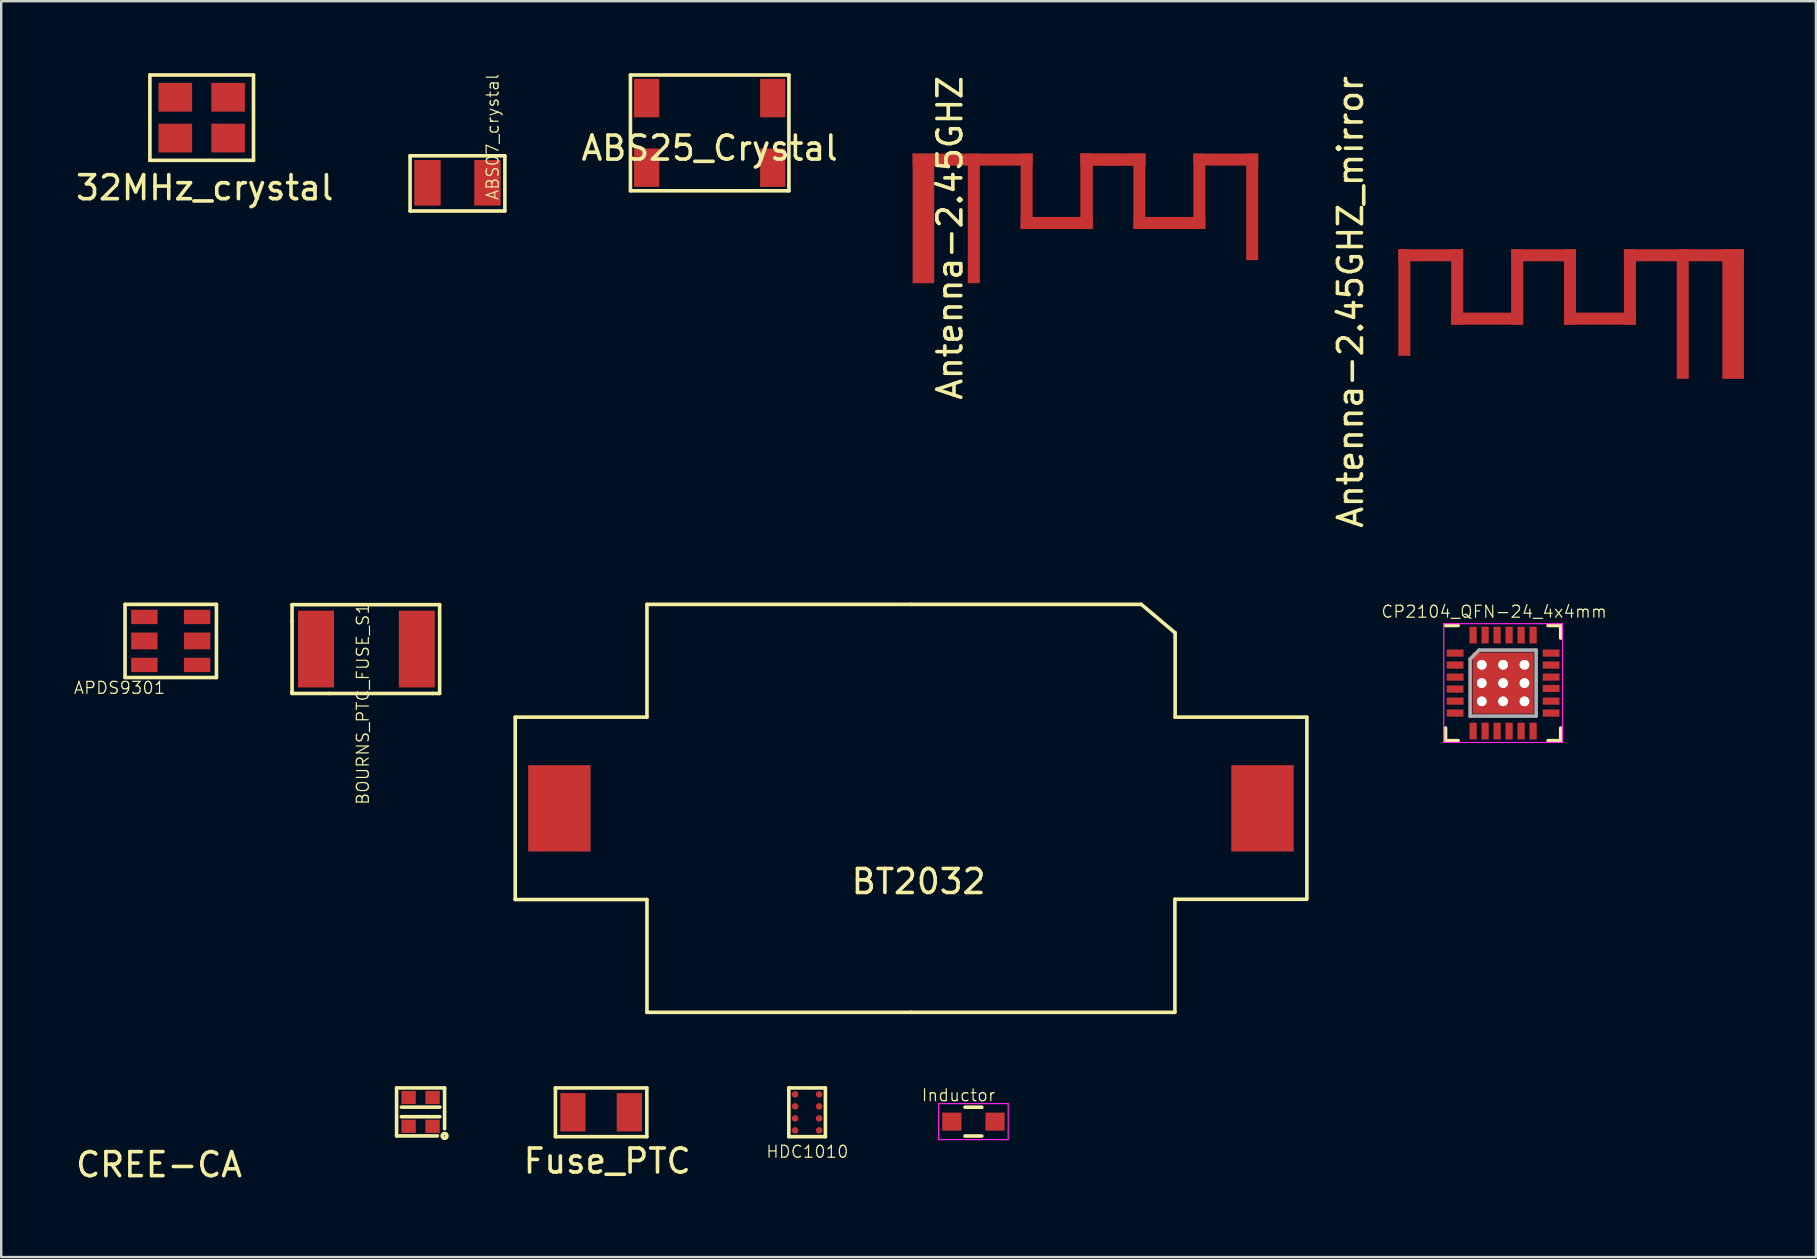
<source format=kicad_pcb>
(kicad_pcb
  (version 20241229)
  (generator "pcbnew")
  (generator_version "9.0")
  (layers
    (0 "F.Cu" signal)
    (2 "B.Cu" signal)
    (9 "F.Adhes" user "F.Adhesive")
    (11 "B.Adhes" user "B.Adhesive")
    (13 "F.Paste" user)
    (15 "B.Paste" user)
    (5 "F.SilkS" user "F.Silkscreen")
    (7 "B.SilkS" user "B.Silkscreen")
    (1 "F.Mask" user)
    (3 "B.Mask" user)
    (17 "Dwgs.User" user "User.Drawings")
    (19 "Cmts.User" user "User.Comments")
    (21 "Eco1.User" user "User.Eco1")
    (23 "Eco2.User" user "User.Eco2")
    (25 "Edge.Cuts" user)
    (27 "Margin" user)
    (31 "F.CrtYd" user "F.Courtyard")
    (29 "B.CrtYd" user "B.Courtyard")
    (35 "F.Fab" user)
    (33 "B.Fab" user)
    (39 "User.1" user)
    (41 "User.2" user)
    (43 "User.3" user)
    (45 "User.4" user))
  (footprint "APDS9301"
    (layer "F.Cu")
    (at 4.065 23.659)
    (property "Reference" "APDS9301" (at -2.135 1.955 0) (layer "F.SilkS") (effects (font (size 0.5 0.5) (thickness 0.05))))
    (attr through_hole)
    (fp_line (start -1.905 -1.524) (end 1.905 -1.524) (stroke (width 0.15) (type solid)) (layer "F.SilkS"))
    (fp_line (start -1.905 1.524) (end -1.905 -1.524) (stroke (width 0.15) (type solid)) (layer "F.SilkS"))
    (fp_line (start 1.905 -1.524) (end 1.905 1.524) (stroke (width 0.15) (type solid)) (layer "F.SilkS"))
    (fp_line (start 1.905 1.524) (end -1.905 1.524) (stroke (width 0.15) (type solid)) (layer "F.SilkS"))
    (pad "1" smd rect (at -1.1 1) (size 1.1 0.6) (layers "F.Cu" "F.Mask" "F.Paste"))
    (pad "2" smd rect (at 1.1 1) (size 1.1 0.6) (layers "F.Cu" "F.Mask" "F.Paste"))
    (pad "3" smd rect (at 1.1 0) (size 1.1 0.7) (layers "F.Cu" "F.Mask" "F.Paste"))
    (pad "4" smd rect (at 1.1 -1) (size 1.1 0.6) (layers "F.Cu" "F.Mask" "F.Paste"))
    (pad "5" smd rect (at -1.1 -1) (size 1.1 0.6) (layers "F.Cu" "F.Mask" "F.Paste"))
    (pad "6" smd rect (at -1.1 0) (size 1.1 0.7) (layers "F.Cu" "F.Mask" "F.Paste")))
  (footprint "32MHz_crystal"
    (layer "F.Cu")
    (at 5.355 1.853)
    (property "Reference" "32MHz_crystal" (at 0.127 2.921 0) (layer "F.SilkS") (effects (font (size 1 1) (thickness 0.15))))
    (attr through_hole)
    (fp_line (start -2.159 -1.778) (end 2.159 -1.778) (stroke (width 0.15) (type solid)) (layer "F.SilkS"))
    (fp_line (start -2.159 1.778) (end -2.159 -1.778) (stroke (width 0.15) (type solid)) (layer "F.SilkS"))
    (fp_line (start 2.159 -1.778) (end 2.159 1.778) (stroke (width 0.15) (type solid)) (layer "F.SilkS"))
    (fp_line (start 2.159 1.778) (end -2.159 1.778) (stroke (width 0.15) (type solid)) (layer "F.SilkS"))
    (pad "1" smd rect (at -1.1 0.85) (size 1.4 1.2) (layers "F.Cu" "F.Mask" "F.Paste"))
    (pad "2" smd rect (at 1.1 0.85) (size 1.4 1.2) (layers "F.Cu" "F.Mask" "F.Paste"))
    (pad "3" smd rect (at 1.1 -0.85) (size 1.4 1.2) (layers "F.Cu" "F.Mask" "F.Paste"))
    (pad "4" smd rect (at -1.1 -0.85) (size 1.4 1.2) (layers "F.Cu" "F.Mask" "F.Paste")))
  (footprint "BT2032"
    (layer "F.Cu")
    (at 34.91 30.635)
    (property "Reference" "BT2032" (at 0.32 3.05 0) (layer "F.SilkS") (effects (font (size 1 1) (thickness 0.15))))
    (attr through_hole)
    (fp_line (start -16.49 -3.8) (end -16.49 3.8) (stroke (width 0.15) (type solid)) (layer "F.SilkS"))
    (fp_line (start -11 -8.5) (end -11 -3.8) (stroke (width 0.15) (type solid)) (layer "F.SilkS"))
    (fp_line (start -11 -3.8) (end -16.49 -3.8) (stroke (width 0.15) (type solid)) (layer "F.SilkS"))
    (fp_line (start -11 3.8) (end -16.49 3.8) (stroke (width 0.15) (type solid)) (layer "F.SilkS"))
    (fp_line (start -11 8.5) (end -11 3.8) (stroke (width 0.15) (type solid)) (layer "F.SilkS"))
    (fp_line (start -11 8.5) (end 0 8.5) (stroke (width 0.15) (type solid)) (layer "F.SilkS"))
    (fp_line (start 0 -8.5) (end -11 -8.5) (stroke (width 0.15) (type solid)) (layer "F.SilkS"))
    (fp_line (start 0 8.5) (end 11 8.5) (stroke (width 0.15) (type solid)) (layer "F.SilkS"))
    (fp_line (start 0.01 -8.5) (end 9.6 -8.5) (stroke (width 0.15) (type solid)) (layer "F.SilkS"))
    (fp_line (start 9.6 -8.5) (end 11 -7.32) (stroke (width 0.15) (type solid)) (layer "F.SilkS"))
    (fp_line (start 11 3.79) (end 16.48 3.79) (stroke (width 0.15) (type solid)) (layer "F.SilkS"))
    (fp_line (start 11 8.5) (end 11 3.79) (stroke (width 0.15) (type solid)) (layer "F.SilkS"))
    (fp_line (start 11.01 -7.32) (end 11.01 -3.8) (stroke (width 0.15) (type solid)) (layer "F.SilkS"))
    (fp_line (start 11.01 -3.8) (end 16.49 -3.8) (stroke (width 0.15) (type solid)) (layer "F.SilkS"))
    (fp_line (start 16.5 -3.8) (end 16.5 3.79) (stroke (width 0.15) (type solid)) (layer "F.SilkS"))
    (pad "1" smd rect (at 14.65 0) (size 2.6 3.6) (layers "F.Cu" "F.Mask" "F.Paste"))
    (pad "2" smd rect (at -14.65 0) (size 2.6 3.6) (layers "F.Cu" "F.Mask" "F.Paste")))
  (footprint "Antenna-2.45GHZ"
    (layer "F.Cu")
    (at 37.531 6.051)
    (property "Reference" "Antenna-2.45GHZ" (at -0.996 0.812 90) (layer "F.SilkS") (effects (font (size 1 1) (thickness 0.15))))
    (attr through_hole)
    (pad "1" smd rect (at -0.05 -2.45 90) (size 0.5 5) (layers "F.Cu"))
    (pad "1" smd rect (at 0 0) (size 0.5 5.4) (layers "F.Cu"))
    (pad "1" smd rect (at 2.2 -1.13 180) (size 0.5 3.14) (layers "F.Cu"))
    (pad "1" smd rect (at 3.45 0.19 270) (size 0.5 3) (layers "F.Cu"))
    (pad "1" smd rect (at 4.699 -1.13 180) (size 0.5 3.14) (layers "F.Cu"))
    (pad "1" smd rect (at 4.699 -1.13 180) (size 0.5 3.14) (layers "F.Cu"))
    (pad "1" smd rect (at 5.8 -2.45 270) (size 0.5 2.7) (layers "F.Cu"))
    (pad "1" smd rect (at 5.8 -2.45 270) (size 0.5 2.7) (layers "F.Cu"))
    (pad "1" smd rect (at 6.9 -1.13 180) (size 0.5 3.14) (layers "F.Cu"))
    (pad "1" smd rect (at 8.15 0.19 270) (size 0.5 3) (layers "F.Cu"))
    (pad "1" smd rect (at 9.399 -1.13 180) (size 0.5 3.14) (layers "F.Cu"))
    (pad "1" smd rect (at 10.5 -2.45 270) (size 0.5 2.7) (layers "F.Cu"))
    (pad "1" smd rect (at 11.6 -0.48 180) (size 0.5 4.44) (layers "F.Cu"))
    (pad "2" smd rect (at -2.1 0) (size 0.9 5.4) (layers "F.Cu")))
  (footprint "HDC1010"
    (layer "F.Cu")
    (at 30.584 43.555)
    (property "Reference" "HDC1010" (at 0.01 1.39 0) (layer "F.SilkS") (effects (font (size 0.5 0.5) (thickness 0.05))))
    (attr through_hole)
    (fp_line (start -0.762 -1.27) (end 0.762 -1.27) (stroke (width 0.15) (type solid)) (layer "F.SilkS"))
    (fp_line (start -0.762 0.762) (end -0.762 -1.27) (stroke (width 0.15) (type solid)) (layer "F.SilkS"))
    (fp_line (start 0.762 -1.27) (end 0.762 0.762) (stroke (width 0.15) (type solid)) (layer "F.SilkS"))
    (fp_line (start 0.762 0.762) (end -0.762 0.762) (stroke (width 0.15) (type solid)) (layer "F.SilkS"))
    (pad "A1" smd circle (at -0.5 -1) (size 0.275 0.275) (layers "F.Cu" "F.Mask" "F.Paste"))
    (pad "A2" smd circle (at 0.5 -1) (size 0.275 0.275) (layers "F.Cu" "F.Mask" "F.Paste"))
    (pad "B1" smd circle (at -0.5 -0.5) (size 0.275 0.275) (layers "F.Cu" "F.Mask" "F.Paste"))
    (pad "B2" smd circle (at 0.5 -0.5) (size 0.275 0.275) (layers "F.Cu" "F.Mask" "F.Paste"))
    (pad "C1" smd circle (at -0.5 0) (size 0.275 0.275) (layers "F.Cu" "F.Mask" "F.Paste"))
    (pad "C2" smd circle (at 0.5 0) (size 0.275 0.275) (layers "F.Cu" "F.Mask" "F.Paste"))
    (pad "D1" smd circle (at -0.5 0.5) (size 0.275 0.275) (layers "F.Cu" "F.Mask" "F.Paste"))
    (pad "D2" smd circle (at 0.5 0.5) (size 0.275 0.275) (layers "F.Cu" "F.Mask" "F.Paste")))
  (footprint "ABS07_crystal"
    (layer "F.Cu")
    (at 16.014 4.568)
    (property "Reference" "ABS07_crystal" (at 1.466 -1.912 90) (layer "F.SilkS") (effects (font (size 0.5 0.5) (thickness 0.05))))
    (attr through_hole)
    (fp_line (start -1.975 1.175) (end -1.975 -1.125) (stroke (width 0.15) (type solid)) (layer "F.SilkS"))
    (fp_line (start -1.975 1.175) (end 1.975 1.175) (stroke (width 0.15) (type solid)) (layer "F.SilkS"))
    (fp_line (start 1.975 -1.125) (end -1.975 -1.125) (stroke (width 0.15) (type solid)) (layer "F.SilkS"))
    (fp_line (start 1.975 1.175) (end 1.975 -1.125) (stroke (width 0.15) (type solid)) (layer "F.SilkS"))
    (pad "1" smd rect (at -1.25 0) (size 1.1 1.9) (layers "F.Cu" "F.Mask" "F.Paste"))
    (pad "2" smd rect (at 1.25 0) (size 1.1 1.9) (layers "F.Cu" "F.Mask" "F.Paste")))
  (footprint "Inductor"
    (layer "F.Cu")
    (at 37.514 43.69)
    (property "Reference" "Inductor" (at -0.62 -1.1 0) (layer "F.SilkS") (effects (font (size 0.5 0.5) (thickness 0.05))))
    (attr smd)
    (fp_line (start -0.35 -0.6) (end 0.35 -0.6) (stroke (width 0.15) (type solid)) (layer "F.SilkS"))
    (fp_line (start 0.35 0.6) (end -0.35 0.6) (stroke (width 0.15) (type solid)) (layer "F.SilkS"))
    (fp_line (start -1.45 -0.75) (end -1.45 0.75) (stroke (width 0.05) (type solid)) (layer "F.CrtYd"))
    (fp_line (start -1.45 -0.75) (end 1.45 -0.75) (stroke (width 0.05) (type solid)) (layer "F.CrtYd"))
    (fp_line (start -1.45 0.75) (end 1.45 0.75) (stroke (width 0.05) (type solid)) (layer "F.CrtYd"))
    (fp_line (start 1.45 -0.75) (end 1.45 0.75) (stroke (width 0.05) (type solid)) (layer "F.CrtYd"))
    (pad "1" smd rect (at -0.9 0) (size 0.8 0.75) (layers "F.Cu" "F.Mask" "F.Paste"))
    (pad "2" smd rect (at 0.9 0) (size 0.8 0.75) (layers "F.Cu" "F.Mask" "F.Paste")))
  (footprint "Antenna-2.45GHZ_mirror"
    (layer "F.Cu")
    (at 56.785 10.038)
    (property "Reference" "Antenna-2.45GHZ_mirror" (at -3.556 -0.508 90) (layer "F.SilkS") (effects (font (size 1 1) (thickness 0.15))))
    (attr through_hole)
    (pad "1" smd rect (at -1.313 -0.48) (size 0.5 4.44) (layers "F.Cu"))
    (pad "1" smd rect (at -0.213 -2.45 270) (size 0.5 2.7) (layers "F.Cu"))
    (pad "1" smd rect (at 0.888 -1.13) (size 0.5 3.14) (layers "F.Cu"))
    (pad "1" smd rect (at 2.137 0.19 270) (size 0.5 3) (layers "F.Cu"))
    (pad "1" smd rect (at 3.387 -1.13) (size 0.5 3.14) (layers "F.Cu"))
    (pad "1" smd rect (at 4.487 -2.45 270) (size 0.5 2.7) (layers "F.Cu"))
    (pad "1" smd rect (at 5.588 -1.13) (size 0.5 3.14) (layers "F.Cu"))
    (pad "1" smd rect (at 6.837 0.19 270) (size 0.5 3) (layers "F.Cu"))
    (pad "1" smd rect (at 8.087 -1.13) (size 0.5 3.14) (layers "F.Cu"))
    (pad "1" smd rect (at 10.287 0 180) (size 0.5 5.4) (layers "F.Cu"))
    (pad "1" smd rect (at 10.337 -2.45 90) (size 0.5 5) (layers "F.Cu"))
    (pad "2" smd rect (at 12.387 0 180) (size 0.9 5.4) (layers "F.Cu")))
  (footprint "Fuse_PTC"
    (layer "F.Cu")
    (at 22 43.301)
    (property "Reference" "Fuse_PTC" (at 0.254 2.032 0) (layer "F.SilkS") (effects (font (size 1 1) (thickness 0.15))))
    (attr through_hole)
    (fp_line (start -1.905 -1.016) (end 1.905 -1.016) (stroke (width 0.15) (type solid)) (layer "F.SilkS"))
    (fp_line (start -1.905 1.016) (end -1.905 -1.016) (stroke (width 0.15) (type solid)) (layer "F.SilkS"))
    (fp_line (start 1.905 -1.016) (end 1.905 1.016) (stroke (width 0.15) (type solid)) (layer "F.SilkS"))
    (fp_line (start 1.905 1.016) (end -1.905 1.016) (stroke (width 0.15) (type solid)) (layer "F.SilkS"))
    (pad "1" smd rect (at -1.175 0) (size 1.05 1.6) (layers "F.Cu" "F.Mask" "F.Paste"))
    (pad "2" smd rect (at 1.175 0) (size 1.05 1.6) (layers "F.Cu" "F.Mask" "F.Paste")))
  (footprint "ABS25_Crystal"
    (layer "F.Cu")
    (at 26.523 2.488)
    (property "Reference" "ABS25_Crystal" (at 0 0.635 0) (layer "F.SilkS") (effects (font (size 1 1) (thickness 0.15))))
    (attr through_hole)
    (fp_line (start -3.302 -2.413) (end 3.302 -2.413) (stroke (width 0.15) (type solid)) (layer "F.SilkS"))
    (fp_line (start -3.302 2.413) (end -3.302 -2.413) (stroke (width 0.15) (type solid)) (layer "F.SilkS"))
    (fp_line (start 3.302 -2.413) (end 3.302 2.413) (stroke (width 0.15) (type solid)) (layer "F.SilkS"))
    (fp_line (start 3.302 2.413) (end -3.302 2.413) (stroke (width 0.15) (type solid)) (layer "F.SilkS"))
    (pad "1" smd rect (at -2.627 1.45) (size 1.05 1.6) (layers "F.Cu" "F.Mask" "F.Paste"))
    (pad "2" smd rect (at 2.627 1.45) (size 1.05 1.6) (layers "F.Cu" "F.Mask" "F.Paste"))
    (pad "3" smd rect (at 2.627 -1.45) (size 1.05 1.6) (layers "F.Cu" "F.Mask" "F.Paste"))
    (pad "4" smd rect (at -2.627 -1.45) (size 1.05 1.6) (layers "F.Cu" "F.Mask" "F.Paste")))
  (footprint "BOURNS_PTC_FUSE_S1"
    (layer "F.Cu")
    (at 12.22 23.997)
    (property "Reference" "BOURNS_PTC_FUSE_S1" (at -0.15 2.29 90) (layer "F.SilkS") (effects (font (size 0.5 0.5) (thickness 0.05))))
    (attr through_hole)
    (fp_line (start -3.1 -1.85) (end -3.1 -1.15) (stroke (width 0.15) (type solid)) (layer "F.SilkS"))
    (fp_line (start -3.1 -1.15) (end -3.1 1.8) (stroke (width 0.15) (type solid)) (layer "F.SilkS"))
    (fp_line (start -3.1 1.8) (end -3.1 1.85) (stroke (width 0.15) (type solid)) (layer "F.SilkS"))
    (fp_line (start -3.1 1.85) (end -1.55 1.85) (stroke (width 0.15) (type solid)) (layer "F.SilkS"))
    (fp_line (start -1.55 1.85) (end 2.75 1.85) (stroke (width 0.15) (type solid)) (layer "F.SilkS"))
    (fp_line (start 2.75 1.85) (end 3.05 1.85) (stroke (width 0.15) (type solid)) (layer "F.SilkS"))
    (fp_line (start 3.05 -1.85) (end -3.1 -1.85) (stroke (width 0.15) (type solid)) (layer "F.SilkS"))
    (fp_line (start 3.05 -1.85) (end 3.05 1.85) (stroke (width 0.15) (type solid)) (layer "F.SilkS"))
    (pad "1" smd rect (at -2.1 0) (size 1.5 3.2) (layers "F.Cu" "F.Mask" "F.Paste"))
    (pad "2" smd rect (at 2.1 0) (size 1.5 3.2) (layers "F.Cu" "F.Mask" "F.Paste")))
  (footprint "CREE-CA"
    (layer "F.Cu")
    (at 14.477 43.285)
    (property "Reference" "CREE-CA" (at -10.9 2.2 0) (layer "F.SilkS") (effects (font (size 1 1) (thickness 0.15))))
    (attr through_hole)
    (fp_line (start -1 -1) (end -1 1) (stroke (width 0.15) (type solid)) (layer "F.SilkS"))
    (fp_line (start -1 1) (end 0.7 1) (stroke (width 0.15) (type solid)) (layer "F.SilkS"))
    (fp_line (start -0.8 -0.2) (end 0.8 -0.2) (stroke (width 0.15) (type solid)) (layer "F.SilkS"))
    (fp_line (start -0.8 0.2) (end 0.8 0.2) (stroke (width 0.15) (type solid)) (layer "F.SilkS"))
    (fp_line (start 1 -1) (end -1 -1) (stroke (width 0.15) (type solid)) (layer "F.SilkS"))
    (fp_line (start 1 0) (end 1 -1) (stroke (width 0.15) (type solid)) (layer "F.SilkS"))
    (fp_line (start 1 0) (end 1 0.7) (stroke (width 0.15) (type solid)) (layer "F.SilkS"))
    (fp_circle (center 1 1) (end 1.1 1) (stroke (width 0.15) (type solid)) (fill no) (layer "F.SilkS"))
    (pad "1" smd rect (at 0.5 0.6) (size 0.6 0.55) (layers "F.Cu" "F.Mask" "F.Paste"))
    (pad "2" smd rect (at -0.5 0.6) (size 0.6 0.55) (layers "F.Cu" "F.Mask" "F.Paste"))
    (pad "3" smd rect (at -0.5 -0.6) (size 0.6 0.55) (layers "F.Cu" "F.Mask" "F.Paste"))
    (pad "4" smd rect (at 0.5 -0.6) (size 0.6 0.55) (layers "F.Cu" "F.Mask" "F.Paste")))
  (footprint "CP2104_QFN-24_4x4mm"
    (layer "F.Cu")
    (at 59.587 25.415)
    (property "Reference" "CP2104_QFN-24_4x4mm" (at -0.375 -2.975 180) (layer "F.SilkS") (effects (font (size 0.5 0.5) (thickness 0.05))))
    (attr smd)
    (fp_line (start -2.4 -2.4) (end -1.875 -2.4) (stroke (width 0.15) (type solid)) (layer "F.SilkS"))
    (fp_line (start -2.4 2.4) (end -2.4 1.875) (stroke (width 0.15) (type solid)) (layer "F.SilkS"))
    (fp_line (start -2.4 2.4) (end -1.875 2.4) (stroke (width 0.15) (type solid)) (layer "F.SilkS"))
    (fp_line (start 2.4 -2.4) (end 1.875 -2.4) (stroke (width 0.15) (type solid)) (layer "F.SilkS"))
    (fp_line (start 2.4 -2.4) (end 2.4 -1.875) (stroke (width 0.15) (type solid)) (layer "F.SilkS"))
    (fp_line (start 2.4 2.4) (end 1.875 2.4) (stroke (width 0.15) (type solid)) (layer "F.SilkS"))
    (fp_line (start 2.4 2.4) (end 2.4 1.875) (stroke (width 0.15) (type solid)) (layer "F.SilkS"))
    (fp_line (start -2.475 -2.475) (end -2.475 2.475) (stroke (width 0.05) (type solid)) (layer "F.CrtYd"))
    (fp_line (start -2.475 -2.475) (end 2.475 -2.475) (stroke (width 0.05) (type solid)) (layer "F.CrtYd"))
    (fp_line (start -2.475 2.475) (end 2.475 2.475) (stroke (width 0.05) (type solid)) (layer "F.CrtYd"))
    (fp_line (start 2.475 -2.475) (end 2.475 2.475) (stroke (width 0.05) (type solid)) (layer "F.CrtYd"))
    (fp_line (start -1.375 -1) (end -1 -1.375) (stroke (width 0.15) (type solid)) (layer "F.Fab"))
    (fp_line (start -1.375 1.375) (end -1.375 -1) (stroke (width 0.15) (type solid)) (layer "F.Fab"))
    (fp_line (start -1 -1.375) (end 1.375 -1.375) (stroke (width 0.15) (type solid)) (layer "F.Fab"))
    (fp_line (start 1.375 -1.375) (end 1.375 1.375) (stroke (width 0.15) (type solid)) (layer "F.Fab"))
    (fp_line (start 1.375 1.375) (end -1.375 1.375) (stroke (width 0.15) (type solid)) (layer "F.Fab"))
    (pad "" thru_hole circle (at -0.889 -0.762) (size 0.4 0.4) (drill 0.4) (layers "*.Cu" "*.Mask" "F.SilkS"))
    (pad "" thru_hole circle (at -0.889 0) (size 0.4 0.4) (drill 0.4) (layers "*.Cu" "*.Mask" "F.SilkS"))
    (pad "" thru_hole circle (at -0.889 0.762) (size 0.4 0.4) (drill 0.4) (layers "*.Cu" "*.Mask" "F.SilkS"))
    (pad "" thru_hole circle (at 0 -0.762) (size 0.4 0.4) (drill 0.4) (layers "*.Cu" "*.Mask" "F.SilkS"))
    (pad "" thru_hole circle (at 0 0) (size 0.4 0.4) (drill 0.4) (layers "*.Cu" "*.Mask" "F.SilkS"))
    (pad "" thru_hole circle (at 0 0.762) (size 0.4 0.4) (drill 0.4) (layers "*.Cu" "*.Mask" "F.SilkS"))
    (pad "" thru_hole circle (at 0.889 -0.762) (size 0.4 0.4) (drill 0.4) (layers "*.Cu" "*.Mask" "F.SilkS"))
    (pad "" thru_hole circle (at 0.889 0) (size 0.4 0.4) (drill 0.4) (layers "*.Cu" "*.Mask" "F.SilkS"))
    (pad "" thru_hole circle (at 0.889 0.762) (size 0.4 0.4) (drill 0.4) (layers "*.Cu" "*.Mask" "F.SilkS"))
    (pad "1" smd rect (at -2 -1.25) (size 0.7 0.3) (layers "F.Cu" "F.Mask" "F.Paste"))
    (pad "2" smd rect (at -2 -0.75) (size 0.7 0.3) (layers "F.Cu" "F.Mask" "F.Paste"))
    (pad "3" smd rect (at -2 -0.25) (size 0.7 0.3) (layers "F.Cu" "F.Mask" "F.Paste"))
    (pad "4" smd rect (at -2 0.25) (size 0.7 0.3) (layers "F.Cu" "F.Mask" "F.Paste"))
    (pad "5" smd rect (at -2 0.75) (size 0.7 0.3) (layers "F.Cu" "F.Mask" "F.Paste"))
    (pad "6" smd rect (at -2 1.25) (size 0.7 0.3) (layers "F.Cu" "F.Mask" "F.Paste"))
    (pad "7" smd rect (at -1.25 2 90) (size 0.7 0.3) (layers "F.Cu" "F.Mask" "F.Paste"))
    (pad "8" smd rect (at -0.75 2 90) (size 0.7 0.3) (layers "F.Cu" "F.Mask" "F.Paste"))
    (pad "9" smd rect (at -0.25 2 90) (size 0.7 0.3) (layers "F.Cu" "F.Mask" "F.Paste"))
    (pad "10" smd rect (at 0.25 2 90) (size 0.7 0.3) (layers "F.Cu" "F.Mask" "F.Paste"))
    (pad "11" smd rect (at 0.75 2 90) (size 0.7 0.3) (layers "F.Cu" "F.Mask" "F.Paste"))
    (pad "12" smd rect (at 1.25 2 90) (size 0.7 0.3) (layers "F.Cu" "F.Mask" "F.Paste"))
    (pad "13" smd rect (at 2 1.25) (size 0.7 0.3) (layers "F.Cu" "F.Mask" "F.Paste"))
    (pad "14" smd rect (at 2 0.75) (size 0.7 0.3) (layers "F.Cu" "F.Mask" "F.Paste"))
    (pad "15" smd rect (at 2 0.225) (size 0.7 0.3) (layers "F.Cu" "F.Mask" "F.Paste"))
    (pad "16" smd rect (at 2 -0.25) (size 0.7 0.3) (layers "F.Cu" "F.Mask" "F.Paste"))
    (pad "17" smd rect (at 2 -0.75) (size 0.7 0.3) (layers "F.Cu" "F.Mask" "F.Paste"))
    (pad "18" smd rect (at 2 -1.25) (size 0.7 0.3) (layers "F.Cu" "F.Mask" "F.Paste"))
    (pad "19" smd rect (at 1.25 -2 90) (size 0.7 0.3) (layers "F.Cu" "F.Mask" "F.Paste"))
    (pad "20" smd rect (at 0.75 -2 90) (size 0.7 0.3) (layers "F.Cu" "F.Mask" "F.Paste"))
    (pad "21" smd rect (at 0.25 -2 90) (size 0.7 0.3) (layers "F.Cu" "F.Mask" "F.Paste"))
    (pad "22" smd rect (at -0.25 -2 90) (size 0.7 0.3) (layers "F.Cu" "F.Mask" "F.Paste"))
    (pad "23" smd rect (at -0.75 -2 90) (size 0.7 0.3) (layers "F.Cu" "F.Mask" "F.Paste"))
    (pad "24" smd rect (at -1.25 -2 90) (size 0.7 0.3) (layers "F.Cu" "F.Mask" "F.Paste"))
    (pad "25" smd rect (at 0 0) (size 2.55 2.55) (layers "F.Cu" "F.Mask" "F.Paste")))
  (gr_rect
    (start -3 -3)
    (end 72.622 49.333)
    (stroke (width 0.1) (type default))
    (fill no)
    (layer "Edge.Cuts")))
</source>
